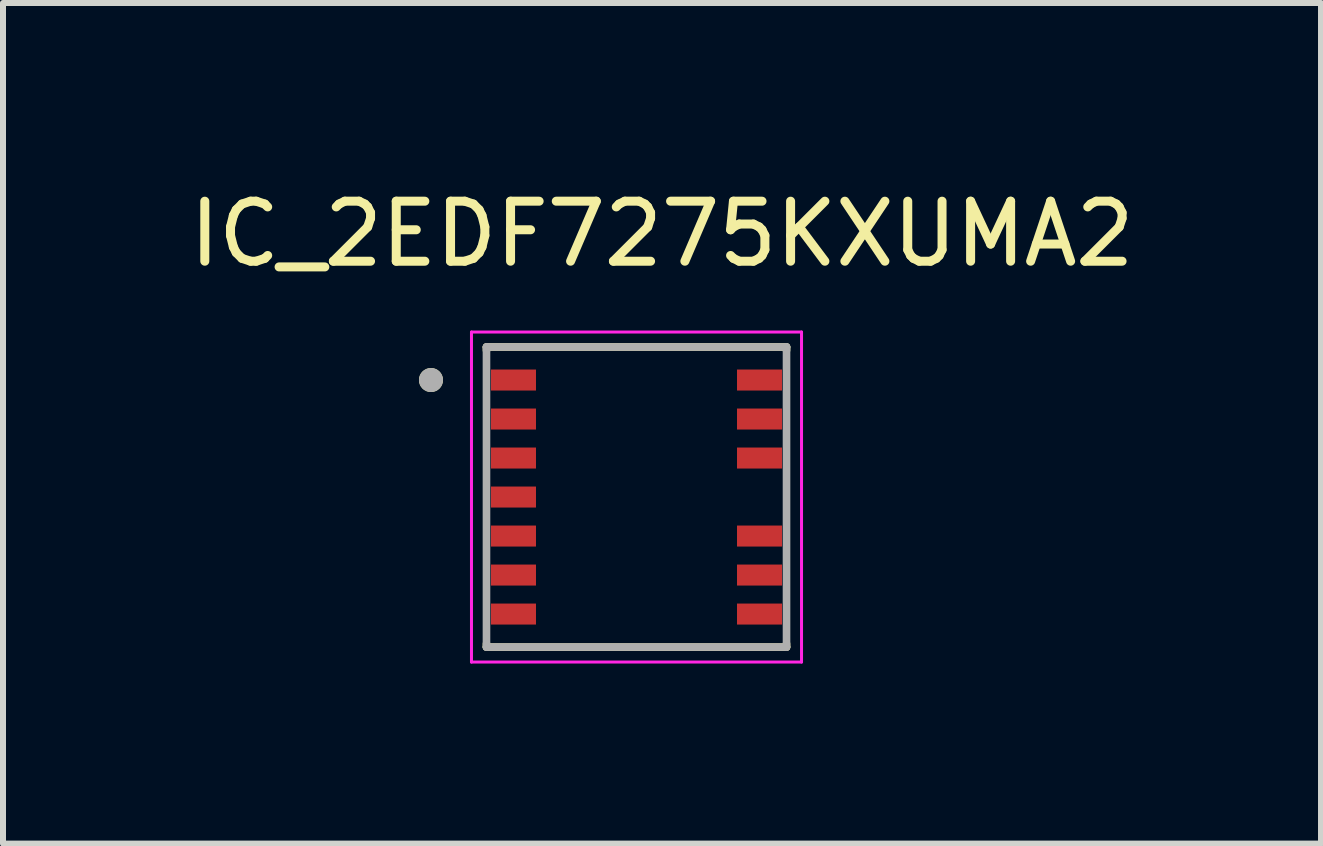
<source format=kicad_pcb>
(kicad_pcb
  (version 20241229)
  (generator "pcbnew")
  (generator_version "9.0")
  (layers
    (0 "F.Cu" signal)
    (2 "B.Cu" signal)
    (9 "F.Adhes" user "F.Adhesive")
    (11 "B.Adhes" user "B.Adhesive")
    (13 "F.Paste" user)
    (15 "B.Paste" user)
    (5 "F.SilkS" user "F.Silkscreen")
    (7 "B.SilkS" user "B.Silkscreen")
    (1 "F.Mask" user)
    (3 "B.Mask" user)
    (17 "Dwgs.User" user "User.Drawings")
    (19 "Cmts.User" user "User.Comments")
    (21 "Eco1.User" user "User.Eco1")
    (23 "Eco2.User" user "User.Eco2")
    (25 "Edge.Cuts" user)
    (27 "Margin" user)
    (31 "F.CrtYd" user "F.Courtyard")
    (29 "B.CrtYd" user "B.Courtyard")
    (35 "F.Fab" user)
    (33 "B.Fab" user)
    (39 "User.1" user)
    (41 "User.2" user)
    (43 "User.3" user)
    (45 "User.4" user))
  (footprint "IC_2EDF7275KXUMA2"
    (layer "F.Cu")
    (at 7.557 5.233)
    (property "Reference" "IC_2EDF7275KXUMA2" (at 0.425 -4.385 0) (layer "F.SilkS") (effects (font (size 1 1) (thickness 0.15))))
    (attr smd)
    (fp_line (start -2.5 -2.5) (end 2.5 -2.5) (stroke (width 0.127) (type solid)) (layer "F.SilkS"))
    (fp_line (start -2.5 -2.445) (end -2.5 -2.5) (stroke (width 0.127) (type solid)) (layer "F.SilkS"))
    (fp_line (start -2.5 2.5) (end -2.5 2.445) (stroke (width 0.127) (type solid)) (layer "F.SilkS"))
    (fp_line (start 2.5 -2.5) (end 2.5 -2.445) (stroke (width 0.127) (type solid)) (layer "F.SilkS"))
    (fp_line (start 2.5 2.5) (end -2.5 2.5) (stroke (width 0.127) (type solid)) (layer "F.SilkS"))
    (fp_line (start 2.5 2.5) (end 2.5 2.445) (stroke (width 0.127) (type solid)) (layer "F.SilkS"))
    (fp_circle (center -3.425 -1.95) (end -3.325 -1.95) (stroke (width 0.2) (type solid)) (fill no) (layer "F.SilkS"))
    (fp_poly (pts (xy -1.675 -2) (xy -1.675 -1.9) (xy -1.675 -1.893) (xy -1.676 -1.887) (xy -1.677 -1.88) (xy -1.678 -1.874) (xy -1.679 -1.868) (xy -1.681 -1.861) (xy -1.683 -1.855) (xy -1.686 -1.849) (xy -1.689 -1.843) (xy -1.692 -1.837) (xy -1.695 -1.832) (xy -1.699 -1.827) (xy -1.703 -1.821) (xy -1.707 -1.816) (xy -1.712 -1.812) (xy -1.716 -1.807) (xy -1.721 -1.803) (xy -1.727 -1.799) (xy -1.732 -1.795) (xy -1.738 -1.792) (xy -1.743 -1.789) (xy -1.749 -1.786) (xy -1.755 -1.783) (xy -1.761 -1.781) (xy -1.768 -1.779) (xy -1.774 -1.778) (xy -1.78 -1.777) (xy -1.787 -1.776) (xy -1.793 -1.775) (xy -1.8 -1.775) (xy -2.3 -1.775) (xy -2.307 -1.775) (xy -2.313 -1.776) (xy -2.32 -1.777) (xy -2.326 -1.778) (xy -2.332 -1.779) (xy -2.339 -1.781) (xy -2.345 -1.783) (xy -2.351 -1.786) (xy -2.357 -1.789) (xy -2.362 -1.792) (xy -2.368 -1.795) (xy -2.373 -1.799) (xy -2.379 -1.803) (xy -2.384 -1.807) (xy -2.388 -1.812) (xy -2.393 -1.816) (xy -2.397 -1.821) (xy -2.401 -1.827) (xy -2.405 -1.832) (xy -2.408 -1.837) (xy -2.411 -1.843) (xy -2.414 -1.849) (xy -2.417 -1.855) (xy -2.419 -1.861) (xy -2.421 -1.868) (xy -2.422 -1.874) (xy -2.423 -1.88) (xy -2.424 -1.887) (xy -2.425 -1.893) (xy -2.425 -1.9) (xy -2.425 -2) (xy -2.425 -2.007) (xy -2.424 -2.013) (xy -2.423 -2.02) (xy -2.422 -2.026) (xy -2.421 -2.032) (xy -2.419 -2.039) (xy -2.417 -2.045) (xy -2.414 -2.051) (xy -2.411 -2.057) (xy -2.408 -2.063) (xy -2.405 -2.068) (xy -2.401 -2.073) (xy -2.397 -2.079) (xy -2.393 -2.084) (xy -2.388 -2.088) (xy -2.384 -2.093) (xy -2.379 -2.097) (xy -2.373 -2.101) (xy -2.368 -2.105) (xy -2.362 -2.108) (xy -2.357 -2.111) (xy -2.351 -2.114) (xy -2.345 -2.117) (xy -2.339 -2.119) (xy -2.332 -2.121) (xy -2.326 -2.122) (xy -2.32 -2.123) (xy -2.313 -2.124) (xy -2.307 -2.125) (xy -2.3 -2.125) (xy -1.8 -2.125) (xy -1.793 -2.125) (xy -1.787 -2.124) (xy -1.78 -2.123) (xy -1.774 -2.122) (xy -1.768 -2.121) (xy -1.761 -2.119) (xy -1.755 -2.117) (xy -1.749 -2.114) (xy -1.743 -2.111) (xy -1.738 -2.108) (xy -1.732 -2.105) (xy -1.727 -2.101) (xy -1.721 -2.097) (xy -1.716 -2.093) (xy -1.712 -2.088) (xy -1.707 -2.084) (xy -1.703 -2.079) (xy -1.699 -2.073) (xy -1.695 -2.068) (xy -1.692 -2.063) (xy -1.689 -2.057) (xy -1.686 -2.051) (xy -1.683 -2.045) (xy -1.681 -2.039) (xy -1.679 -2.032) (xy -1.678 -2.026) (xy -1.677 -2.02) (xy -1.676 -2.013) (xy -1.675 -2.007) (xy -1.675 -2)) (stroke (width 0.01) (type solid)) (fill yes) (layer "F.Paste"))
    (fp_poly (pts (xy -1.675 -1.35) (xy -1.675 -1.25) (xy -1.675 -1.243) (xy -1.676 -1.237) (xy -1.677 -1.23) (xy -1.678 -1.224) (xy -1.679 -1.218) (xy -1.681 -1.211) (xy -1.683 -1.205) (xy -1.686 -1.199) (xy -1.689 -1.193) (xy -1.692 -1.188) (xy -1.695 -1.182) (xy -1.699 -1.177) (xy -1.703 -1.171) (xy -1.707 -1.166) (xy -1.712 -1.162) (xy -1.716 -1.157) (xy -1.721 -1.153) (xy -1.727 -1.149) (xy -1.732 -1.145) (xy -1.738 -1.142) (xy -1.743 -1.139) (xy -1.749 -1.136) (xy -1.755 -1.133) (xy -1.761 -1.131) (xy -1.768 -1.129) (xy -1.774 -1.128) (xy -1.78 -1.127) (xy -1.787 -1.126) (xy -1.793 -1.125) (xy -1.8 -1.125) (xy -2.3 -1.125) (xy -2.307 -1.125) (xy -2.313 -1.126) (xy -2.32 -1.127) (xy -2.326 -1.128) (xy -2.332 -1.129) (xy -2.339 -1.131) (xy -2.345 -1.133) (xy -2.351 -1.136) (xy -2.357 -1.139) (xy -2.362 -1.142) (xy -2.368 -1.145) (xy -2.373 -1.149) (xy -2.379 -1.153) (xy -2.384 -1.157) (xy -2.388 -1.162) (xy -2.393 -1.166) (xy -2.397 -1.171) (xy -2.401 -1.177) (xy -2.405 -1.182) (xy -2.408 -1.188) (xy -2.411 -1.193) (xy -2.414 -1.199) (xy -2.417 -1.205) (xy -2.419 -1.211) (xy -2.421 -1.218) (xy -2.422 -1.224) (xy -2.423 -1.23) (xy -2.424 -1.237) (xy -2.425 -1.243) (xy -2.425 -1.25) (xy -2.425 -1.35) (xy -2.425 -1.357) (xy -2.424 -1.363) (xy -2.423 -1.37) (xy -2.422 -1.376) (xy -2.421 -1.382) (xy -2.419 -1.389) (xy -2.417 -1.395) (xy -2.414 -1.401) (xy -2.411 -1.407) (xy -2.408 -1.413) (xy -2.405 -1.418) (xy -2.401 -1.423) (xy -2.397 -1.429) (xy -2.393 -1.434) (xy -2.388 -1.438) (xy -2.384 -1.443) (xy -2.379 -1.447) (xy -2.373 -1.451) (xy -2.368 -1.455) (xy -2.362 -1.458) (xy -2.357 -1.461) (xy -2.351 -1.464) (xy -2.345 -1.467) (xy -2.339 -1.469) (xy -2.332 -1.471) (xy -2.326 -1.472) (xy -2.32 -1.473) (xy -2.313 -1.474) (xy -2.307 -1.475) (xy -2.3 -1.475) (xy -1.8 -1.475) (xy -1.793 -1.475) (xy -1.787 -1.474) (xy -1.78 -1.473) (xy -1.774 -1.472) (xy -1.768 -1.471) (xy -1.761 -1.469) (xy -1.755 -1.467) (xy -1.749 -1.464) (xy -1.743 -1.461) (xy -1.738 -1.458) (xy -1.732 -1.455) (xy -1.727 -1.451) (xy -1.721 -1.447) (xy -1.716 -1.443) (xy -1.712 -1.438) (xy -1.707 -1.434) (xy -1.703 -1.429) (xy -1.699 -1.423) (xy -1.695 -1.418) (xy -1.692 -1.413) (xy -1.689 -1.407) (xy -1.686 -1.401) (xy -1.683 -1.395) (xy -1.681 -1.389) (xy -1.679 -1.382) (xy -1.678 -1.376) (xy -1.677 -1.37) (xy -1.676 -1.363) (xy -1.675 -1.357) (xy -1.675 -1.35)) (stroke (width 0.01) (type solid)) (fill yes) (layer "F.Paste"))
    (fp_poly (pts (xy -1.675 -0.7) (xy -1.675 -0.6) (xy -1.675 -0.593) (xy -1.676 -0.587) (xy -1.677 -0.58) (xy -1.678 -0.574) (xy -1.679 -0.568) (xy -1.681 -0.561) (xy -1.683 -0.555) (xy -1.686 -0.549) (xy -1.689 -0.543) (xy -1.692 -0.537) (xy -1.695 -0.532) (xy -1.699 -0.527) (xy -1.703 -0.521) (xy -1.707 -0.516) (xy -1.712 -0.512) (xy -1.716 -0.507) (xy -1.721 -0.503) (xy -1.727 -0.499) (xy -1.732 -0.495) (xy -1.738 -0.492) (xy -1.743 -0.489) (xy -1.749 -0.486) (xy -1.755 -0.483) (xy -1.761 -0.481) (xy -1.768 -0.479) (xy -1.774 -0.478) (xy -1.78 -0.477) (xy -1.787 -0.476) (xy -1.793 -0.475) (xy -1.8 -0.475) (xy -2.3 -0.475) (xy -2.307 -0.475) (xy -2.313 -0.476) (xy -2.32 -0.477) (xy -2.326 -0.478) (xy -2.332 -0.479) (xy -2.339 -0.481) (xy -2.345 -0.483) (xy -2.351 -0.486) (xy -2.357 -0.489) (xy -2.362 -0.492) (xy -2.368 -0.495) (xy -2.373 -0.499) (xy -2.379 -0.503) (xy -2.384 -0.507) (xy -2.388 -0.512) (xy -2.393 -0.516) (xy -2.397 -0.521) (xy -2.401 -0.527) (xy -2.405 -0.532) (xy -2.408 -0.537) (xy -2.411 -0.543) (xy -2.414 -0.549) (xy -2.417 -0.555) (xy -2.419 -0.561) (xy -2.421 -0.568) (xy -2.422 -0.574) (xy -2.423 -0.58) (xy -2.424 -0.587) (xy -2.425 -0.593) (xy -2.425 -0.6) (xy -2.425 -0.7) (xy -2.425 -0.707) (xy -2.424 -0.713) (xy -2.423 -0.72) (xy -2.422 -0.726) (xy -2.421 -0.732) (xy -2.419 -0.739) (xy -2.417 -0.745) (xy -2.414 -0.751) (xy -2.411 -0.757) (xy -2.408 -0.762) (xy -2.405 -0.768) (xy -2.401 -0.773) (xy -2.397 -0.779) (xy -2.393 -0.784) (xy -2.388 -0.788) (xy -2.384 -0.793) (xy -2.379 -0.797) (xy -2.373 -0.801) (xy -2.368 -0.805) (xy -2.362 -0.808) (xy -2.357 -0.811) (xy -2.351 -0.814) (xy -2.345 -0.817) (xy -2.339 -0.819) (xy -2.332 -0.821) (xy -2.326 -0.822) (xy -2.32 -0.823) (xy -2.313 -0.824) (xy -2.307 -0.825) (xy -2.3 -0.825) (xy -1.8 -0.825) (xy -1.793 -0.825) (xy -1.787 -0.824) (xy -1.78 -0.823) (xy -1.774 -0.822) (xy -1.768 -0.821) (xy -1.761 -0.819) (xy -1.755 -0.817) (xy -1.749 -0.814) (xy -1.743 -0.811) (xy -1.738 -0.808) (xy -1.732 -0.805) (xy -1.727 -0.801) (xy -1.721 -0.797) (xy -1.716 -0.793) (xy -1.712 -0.788) (xy -1.707 -0.784) (xy -1.703 -0.779) (xy -1.699 -0.773) (xy -1.695 -0.768) (xy -1.692 -0.762) (xy -1.689 -0.757) (xy -1.686 -0.751) (xy -1.683 -0.745) (xy -1.681 -0.739) (xy -1.679 -0.732) (xy -1.678 -0.726) (xy -1.677 -0.72) (xy -1.676 -0.713) (xy -1.675 -0.707) (xy -1.675 -0.7)) (stroke (width 0.01) (type solid)) (fill yes) (layer "F.Paste"))
    (fp_poly (pts (xy -1.675 -0.05) (xy -1.675 0.05) (xy -1.675 0.057) (xy -1.676 0.063) (xy -1.677 0.07) (xy -1.678 0.076) (xy -1.679 0.082) (xy -1.681 0.089) (xy -1.683 0.095) (xy -1.686 0.101) (xy -1.689 0.107) (xy -1.692 0.112) (xy -1.695 0.118) (xy -1.699 0.123) (xy -1.703 0.129) (xy -1.707 0.134) (xy -1.712 0.138) (xy -1.716 0.143) (xy -1.721 0.147) (xy -1.727 0.151) (xy -1.732 0.155) (xy -1.738 0.158) (xy -1.743 0.161) (xy -1.749 0.164) (xy -1.755 0.167) (xy -1.761 0.169) (xy -1.768 0.171) (xy -1.774 0.172) (xy -1.78 0.173) (xy -1.787 0.174) (xy -1.793 0.175) (xy -1.8 0.175) (xy -2.3 0.175) (xy -2.307 0.175) (xy -2.313 0.174) (xy -2.32 0.173) (xy -2.326 0.172) (xy -2.332 0.171) (xy -2.339 0.169) (xy -2.345 0.167) (xy -2.351 0.164) (xy -2.357 0.161) (xy -2.362 0.158) (xy -2.368 0.155) (xy -2.373 0.151) (xy -2.379 0.147) (xy -2.384 0.143) (xy -2.388 0.138) (xy -2.393 0.134) (xy -2.397 0.129) (xy -2.401 0.123) (xy -2.405 0.118) (xy -2.408 0.112) (xy -2.411 0.107) (xy -2.414 0.101) (xy -2.417 0.095) (xy -2.419 0.089) (xy -2.421 0.082) (xy -2.422 0.076) (xy -2.423 0.07) (xy -2.424 0.063) (xy -2.425 0.057) (xy -2.425 0.05) (xy -2.425 -0.05) (xy -2.425 -0.057) (xy -2.424 -0.063) (xy -2.423 -0.07) (xy -2.422 -0.076) (xy -2.421 -0.082) (xy -2.419 -0.089) (xy -2.417 -0.095) (xy -2.414 -0.101) (xy -2.411 -0.107) (xy -2.408 -0.112) (xy -2.405 -0.118) (xy -2.401 -0.123) (xy -2.397 -0.129) (xy -2.393 -0.134) (xy -2.388 -0.138) (xy -2.384 -0.143) (xy -2.379 -0.147) (xy -2.373 -0.151) (xy -2.368 -0.155) (xy -2.362 -0.158) (xy -2.357 -0.161) (xy -2.351 -0.164) (xy -2.345 -0.167) (xy -2.339 -0.169) (xy -2.332 -0.171) (xy -2.326 -0.172) (xy -2.32 -0.173) (xy -2.313 -0.174) (xy -2.307 -0.175) (xy -2.3 -0.175) (xy -1.8 -0.175) (xy -1.793 -0.175) (xy -1.787 -0.174) (xy -1.78 -0.173) (xy -1.774 -0.172) (xy -1.768 -0.171) (xy -1.761 -0.169) (xy -1.755 -0.167) (xy -1.749 -0.164) (xy -1.743 -0.161) (xy -1.738 -0.158) (xy -1.732 -0.155) (xy -1.727 -0.151) (xy -1.721 -0.147) (xy -1.716 -0.143) (xy -1.712 -0.138) (xy -1.707 -0.134) (xy -1.703 -0.129) (xy -1.699 -0.123) (xy -1.695 -0.118) (xy -1.692 -0.112) (xy -1.689 -0.107) (xy -1.686 -0.101) (xy -1.683 -0.095) (xy -1.681 -0.089) (xy -1.679 -0.082) (xy -1.678 -0.076) (xy -1.677 -0.07) (xy -1.676 -0.063) (xy -1.675 -0.057) (xy -1.675 -0.05)) (stroke (width 0.01) (type solid)) (fill yes) (layer "F.Paste"))
    (fp_poly (pts (xy -1.675 0.6) (xy -1.675 0.7) (xy -1.675 0.707) (xy -1.676 0.713) (xy -1.677 0.72) (xy -1.678 0.726) (xy -1.679 0.732) (xy -1.681 0.739) (xy -1.683 0.745) (xy -1.686 0.751) (xy -1.689 0.757) (xy -1.692 0.762) (xy -1.695 0.768) (xy -1.699 0.773) (xy -1.703 0.779) (xy -1.707 0.784) (xy -1.712 0.788) (xy -1.716 0.793) (xy -1.721 0.797) (xy -1.727 0.801) (xy -1.732 0.805) (xy -1.738 0.808) (xy -1.743 0.811) (xy -1.749 0.814) (xy -1.755 0.817) (xy -1.761 0.819) (xy -1.768 0.821) (xy -1.774 0.822) (xy -1.78 0.823) (xy -1.787 0.824) (xy -1.793 0.825) (xy -1.8 0.825) (xy -2.3 0.825) (xy -2.307 0.825) (xy -2.313 0.824) (xy -2.32 0.823) (xy -2.326 0.822) (xy -2.332 0.821) (xy -2.339 0.819) (xy -2.345 0.817) (xy -2.351 0.814) (xy -2.357 0.811) (xy -2.362 0.808) (xy -2.368 0.805) (xy -2.373 0.801) (xy -2.379 0.797) (xy -2.384 0.793) (xy -2.388 0.788) (xy -2.393 0.784) (xy -2.397 0.779) (xy -2.401 0.773) (xy -2.405 0.768) (xy -2.408 0.762) (xy -2.411 0.757) (xy -2.414 0.751) (xy -2.417 0.745) (xy -2.419 0.739) (xy -2.421 0.732) (xy -2.422 0.726) (xy -2.423 0.72) (xy -2.424 0.713) (xy -2.425 0.707) (xy -2.425 0.7) (xy -2.425 0.6) (xy -2.425 0.593) (xy -2.424 0.587) (xy -2.423 0.58) (xy -2.422 0.574) (xy -2.421 0.568) (xy -2.419 0.561) (xy -2.417 0.555) (xy -2.414 0.549) (xy -2.411 0.543) (xy -2.408 0.537) (xy -2.405 0.532) (xy -2.401 0.527) (xy -2.397 0.521) (xy -2.393 0.516) (xy -2.388 0.512) (xy -2.384 0.507) (xy -2.379 0.503) (xy -2.373 0.499) (xy -2.368 0.495) (xy -2.362 0.492) (xy -2.357 0.489) (xy -2.351 0.486) (xy -2.345 0.483) (xy -2.339 0.481) (xy -2.332 0.479) (xy -2.326 0.478) (xy -2.32 0.477) (xy -2.313 0.476) (xy -2.307 0.475) (xy -2.3 0.475) (xy -1.8 0.475) (xy -1.793 0.475) (xy -1.787 0.476) (xy -1.78 0.477) (xy -1.774 0.478) (xy -1.768 0.479) (xy -1.761 0.481) (xy -1.755 0.483) (xy -1.749 0.486) (xy -1.743 0.489) (xy -1.738 0.492) (xy -1.732 0.495) (xy -1.727 0.499) (xy -1.721 0.503) (xy -1.716 0.507) (xy -1.712 0.512) (xy -1.707 0.516) (xy -1.703 0.521) (xy -1.699 0.527) (xy -1.695 0.532) (xy -1.692 0.537) (xy -1.689 0.543) (xy -1.686 0.549) (xy -1.683 0.555) (xy -1.681 0.561) (xy -1.679 0.568) (xy -1.678 0.574) (xy -1.677 0.58) (xy -1.676 0.587) (xy -1.675 0.593) (xy -1.675 0.6)) (stroke (width 0.01) (type solid)) (fill yes) (layer "F.Paste"))
    (fp_poly (pts (xy -1.675 1.25) (xy -1.675 1.35) (xy -1.675 1.357) (xy -1.676 1.363) (xy -1.677 1.37) (xy -1.678 1.376) (xy -1.679 1.382) (xy -1.681 1.389) (xy -1.683 1.395) (xy -1.686 1.401) (xy -1.689 1.407) (xy -1.692 1.413) (xy -1.695 1.418) (xy -1.699 1.423) (xy -1.703 1.429) (xy -1.707 1.434) (xy -1.712 1.438) (xy -1.716 1.443) (xy -1.721 1.447) (xy -1.727 1.451) (xy -1.732 1.455) (xy -1.738 1.458) (xy -1.743 1.461) (xy -1.749 1.464) (xy -1.755 1.467) (xy -1.761 1.469) (xy -1.768 1.471) (xy -1.774 1.472) (xy -1.78 1.473) (xy -1.787 1.474) (xy -1.793 1.475) (xy -1.8 1.475) (xy -2.3 1.475) (xy -2.307 1.475) (xy -2.313 1.474) (xy -2.32 1.473) (xy -2.326 1.472) (xy -2.332 1.471) (xy -2.339 1.469) (xy -2.345 1.467) (xy -2.351 1.464) (xy -2.357 1.461) (xy -2.362 1.458) (xy -2.368 1.455) (xy -2.373 1.451) (xy -2.379 1.447) (xy -2.384 1.443) (xy -2.388 1.438) (xy -2.393 1.434) (xy -2.397 1.429) (xy -2.401 1.423) (xy -2.405 1.418) (xy -2.408 1.413) (xy -2.411 1.407) (xy -2.414 1.401) (xy -2.417 1.395) (xy -2.419 1.389) (xy -2.421 1.382) (xy -2.422 1.376) (xy -2.423 1.37) (xy -2.424 1.363) (xy -2.425 1.357) (xy -2.425 1.35) (xy -2.425 1.25) (xy -2.425 1.243) (xy -2.424 1.237) (xy -2.423 1.23) (xy -2.422 1.224) (xy -2.421 1.218) (xy -2.419 1.211) (xy -2.417 1.205) (xy -2.414 1.199) (xy -2.411 1.193) (xy -2.408 1.188) (xy -2.405 1.182) (xy -2.401 1.177) (xy -2.397 1.171) (xy -2.393 1.166) (xy -2.388 1.162) (xy -2.384 1.157) (xy -2.379 1.153) (xy -2.373 1.149) (xy -2.368 1.145) (xy -2.362 1.142) (xy -2.357 1.139) (xy -2.351 1.136) (xy -2.345 1.133) (xy -2.339 1.131) (xy -2.332 1.129) (xy -2.326 1.128) (xy -2.32 1.127) (xy -2.313 1.126) (xy -2.307 1.125) (xy -2.3 1.125) (xy -1.8 1.125) (xy -1.793 1.125) (xy -1.787 1.126) (xy -1.78 1.127) (xy -1.774 1.128) (xy -1.768 1.129) (xy -1.761 1.131) (xy -1.755 1.133) (xy -1.749 1.136) (xy -1.743 1.139) (xy -1.738 1.142) (xy -1.732 1.145) (xy -1.727 1.149) (xy -1.721 1.153) (xy -1.716 1.157) (xy -1.712 1.162) (xy -1.707 1.166) (xy -1.703 1.171) (xy -1.699 1.177) (xy -1.695 1.182) (xy -1.692 1.188) (xy -1.689 1.193) (xy -1.686 1.199) (xy -1.683 1.205) (xy -1.681 1.211) (xy -1.679 1.218) (xy -1.678 1.224) (xy -1.677 1.23) (xy -1.676 1.237) (xy -1.675 1.243) (xy -1.675 1.25)) (stroke (width 0.01) (type solid)) (fill yes) (layer "F.Paste"))
    (fp_poly (pts (xy -1.675 1.9) (xy -1.675 2) (xy -1.675 2.007) (xy -1.676 2.013) (xy -1.677 2.02) (xy -1.678 2.026) (xy -1.679 2.032) (xy -1.681 2.039) (xy -1.683 2.045) (xy -1.686 2.051) (xy -1.689 2.057) (xy -1.692 2.063) (xy -1.695 2.068) (xy -1.699 2.073) (xy -1.703 2.079) (xy -1.707 2.084) (xy -1.712 2.088) (xy -1.716 2.093) (xy -1.721 2.097) (xy -1.727 2.101) (xy -1.732 2.105) (xy -1.738 2.108) (xy -1.743 2.111) (xy -1.749 2.114) (xy -1.755 2.117) (xy -1.761 2.119) (xy -1.768 2.121) (xy -1.774 2.122) (xy -1.78 2.123) (xy -1.787 2.124) (xy -1.793 2.125) (xy -1.8 2.125) (xy -2.3 2.125) (xy -2.307 2.125) (xy -2.313 2.124) (xy -2.32 2.123) (xy -2.326 2.122) (xy -2.332 2.121) (xy -2.339 2.119) (xy -2.345 2.117) (xy -2.351 2.114) (xy -2.357 2.111) (xy -2.362 2.108) (xy -2.368 2.105) (xy -2.373 2.101) (xy -2.379 2.097) (xy -2.384 2.093) (xy -2.388 2.088) (xy -2.393 2.084) (xy -2.397 2.079) (xy -2.401 2.073) (xy -2.405 2.068) (xy -2.408 2.063) (xy -2.411 2.057) (xy -2.414 2.051) (xy -2.417 2.045) (xy -2.419 2.039) (xy -2.421 2.032) (xy -2.422 2.026) (xy -2.423 2.02) (xy -2.424 2.013) (xy -2.425 2.007) (xy -2.425 2) (xy -2.425 1.9) (xy -2.425 1.893) (xy -2.424 1.887) (xy -2.423 1.88) (xy -2.422 1.874) (xy -2.421 1.868) (xy -2.419 1.861) (xy -2.417 1.855) (xy -2.414 1.849) (xy -2.411 1.843) (xy -2.408 1.837) (xy -2.405 1.832) (xy -2.401 1.827) (xy -2.397 1.821) (xy -2.393 1.816) (xy -2.388 1.812) (xy -2.384 1.807) (xy -2.379 1.803) (xy -2.373 1.799) (xy -2.368 1.795) (xy -2.362 1.792) (xy -2.357 1.789) (xy -2.351 1.786) (xy -2.345 1.783) (xy -2.339 1.781) (xy -2.332 1.779) (xy -2.326 1.778) (xy -2.32 1.777) (xy -2.313 1.776) (xy -2.307 1.775) (xy -2.3 1.775) (xy -1.8 1.775) (xy -1.793 1.775) (xy -1.787 1.776) (xy -1.78 1.777) (xy -1.774 1.778) (xy -1.768 1.779) (xy -1.761 1.781) (xy -1.755 1.783) (xy -1.749 1.786) (xy -1.743 1.789) (xy -1.738 1.792) (xy -1.732 1.795) (xy -1.727 1.799) (xy -1.721 1.803) (xy -1.716 1.807) (xy -1.712 1.812) (xy -1.707 1.816) (xy -1.703 1.821) (xy -1.699 1.827) (xy -1.695 1.832) (xy -1.692 1.837) (xy -1.689 1.843) (xy -1.686 1.849) (xy -1.683 1.855) (xy -1.681 1.861) (xy -1.679 1.868) (xy -1.678 1.874) (xy -1.677 1.88) (xy -1.676 1.887) (xy -1.675 1.893) (xy -1.675 1.9)) (stroke (width 0.01) (type solid)) (fill yes) (layer "F.Paste"))
    (fp_poly (pts (xy 2.425 -2) (xy 2.425 -1.9) (xy 2.425 -1.893) (xy 2.424 -1.887) (xy 2.423 -1.88) (xy 2.422 -1.874) (xy 2.421 -1.868) (xy 2.419 -1.861) (xy 2.417 -1.855) (xy 2.414 -1.849) (xy 2.411 -1.843) (xy 2.408 -1.837) (xy 2.405 -1.832) (xy 2.401 -1.827) (xy 2.397 -1.821) (xy 2.393 -1.816) (xy 2.388 -1.812) (xy 2.384 -1.807) (xy 2.379 -1.803) (xy 2.373 -1.799) (xy 2.368 -1.795) (xy 2.362 -1.792) (xy 2.357 -1.789) (xy 2.351 -1.786) (xy 2.345 -1.783) (xy 2.339 -1.781) (xy 2.332 -1.779) (xy 2.326 -1.778) (xy 2.32 -1.777) (xy 2.313 -1.776) (xy 2.307 -1.775) (xy 2.3 -1.775) (xy 1.8 -1.775) (xy 1.793 -1.775) (xy 1.787 -1.776) (xy 1.78 -1.777) (xy 1.774 -1.778) (xy 1.768 -1.779) (xy 1.761 -1.781) (xy 1.755 -1.783) (xy 1.749 -1.786) (xy 1.743 -1.789) (xy 1.738 -1.792) (xy 1.732 -1.795) (xy 1.727 -1.799) (xy 1.721 -1.803) (xy 1.716 -1.807) (xy 1.712 -1.812) (xy 1.707 -1.816) (xy 1.703 -1.821) (xy 1.699 -1.827) (xy 1.695 -1.832) (xy 1.692 -1.837) (xy 1.689 -1.843) (xy 1.686 -1.849) (xy 1.683 -1.855) (xy 1.681 -1.861) (xy 1.679 -1.868) (xy 1.678 -1.874) (xy 1.677 -1.88) (xy 1.676 -1.887) (xy 1.675 -1.893) (xy 1.675 -1.9) (xy 1.675 -2) (xy 1.675 -2.007) (xy 1.676 -2.013) (xy 1.677 -2.02) (xy 1.678 -2.026) (xy 1.679 -2.032) (xy 1.681 -2.039) (xy 1.683 -2.045) (xy 1.686 -2.051) (xy 1.689 -2.057) (xy 1.692 -2.063) (xy 1.695 -2.068) (xy 1.699 -2.073) (xy 1.703 -2.079) (xy 1.707 -2.084) (xy 1.712 -2.088) (xy 1.716 -2.093) (xy 1.721 -2.097) (xy 1.727 -2.101) (xy 1.732 -2.105) (xy 1.738 -2.108) (xy 1.743 -2.111) (xy 1.749 -2.114) (xy 1.755 -2.117) (xy 1.761 -2.119) (xy 1.768 -2.121) (xy 1.774 -2.122) (xy 1.78 -2.123) (xy 1.787 -2.124) (xy 1.793 -2.125) (xy 1.8 -2.125) (xy 2.3 -2.125) (xy 2.307 -2.125) (xy 2.313 -2.124) (xy 2.32 -2.123) (xy 2.326 -2.122) (xy 2.332 -2.121) (xy 2.339 -2.119) (xy 2.345 -2.117) (xy 2.351 -2.114) (xy 2.357 -2.111) (xy 2.362 -2.108) (xy 2.368 -2.105) (xy 2.373 -2.101) (xy 2.379 -2.097) (xy 2.384 -2.093) (xy 2.388 -2.088) (xy 2.393 -2.084) (xy 2.397 -2.079) (xy 2.401 -2.073) (xy 2.405 -2.068) (xy 2.408 -2.063) (xy 2.411 -2.057) (xy 2.414 -2.051) (xy 2.417 -2.045) (xy 2.419 -2.039) (xy 2.421 -2.032) (xy 2.422 -2.026) (xy 2.423 -2.02) (xy 2.424 -2.013) (xy 2.425 -2.007) (xy 2.425 -2)) (stroke (width 0.01) (type solid)) (fill yes) (layer "F.Paste"))
    (fp_poly (pts (xy 2.425 -1.35) (xy 2.425 -1.25) (xy 2.425 -1.243) (xy 2.424 -1.237) (xy 2.423 -1.23) (xy 2.422 -1.224) (xy 2.421 -1.218) (xy 2.419 -1.211) (xy 2.417 -1.205) (xy 2.414 -1.199) (xy 2.411 -1.193) (xy 2.408 -1.188) (xy 2.405 -1.182) (xy 2.401 -1.177) (xy 2.397 -1.171) (xy 2.393 -1.166) (xy 2.388 -1.162) (xy 2.384 -1.157) (xy 2.379 -1.153) (xy 2.373 -1.149) (xy 2.368 -1.145) (xy 2.362 -1.142) (xy 2.357 -1.139) (xy 2.351 -1.136) (xy 2.345 -1.133) (xy 2.339 -1.131) (xy 2.332 -1.129) (xy 2.326 -1.128) (xy 2.32 -1.127) (xy 2.313 -1.126) (xy 2.307 -1.125) (xy 2.3 -1.125) (xy 1.8 -1.125) (xy 1.793 -1.125) (xy 1.787 -1.126) (xy 1.78 -1.127) (xy 1.774 -1.128) (xy 1.768 -1.129) (xy 1.761 -1.131) (xy 1.755 -1.133) (xy 1.749 -1.136) (xy 1.743 -1.139) (xy 1.738 -1.142) (xy 1.732 -1.145) (xy 1.727 -1.149) (xy 1.721 -1.153) (xy 1.716 -1.157) (xy 1.712 -1.162) (xy 1.707 -1.166) (xy 1.703 -1.171) (xy 1.699 -1.177) (xy 1.695 -1.182) (xy 1.692 -1.188) (xy 1.689 -1.193) (xy 1.686 -1.199) (xy 1.683 -1.205) (xy 1.681 -1.211) (xy 1.679 -1.218) (xy 1.678 -1.224) (xy 1.677 -1.23) (xy 1.676 -1.237) (xy 1.675 -1.243) (xy 1.675 -1.25) (xy 1.675 -1.35) (xy 1.675 -1.357) (xy 1.676 -1.363) (xy 1.677 -1.37) (xy 1.678 -1.376) (xy 1.679 -1.382) (xy 1.681 -1.389) (xy 1.683 -1.395) (xy 1.686 -1.401) (xy 1.689 -1.407) (xy 1.692 -1.413) (xy 1.695 -1.418) (xy 1.699 -1.423) (xy 1.703 -1.429) (xy 1.707 -1.434) (xy 1.712 -1.438) (xy 1.716 -1.443) (xy 1.721 -1.447) (xy 1.727 -1.451) (xy 1.732 -1.455) (xy 1.738 -1.458) (xy 1.743 -1.461) (xy 1.749 -1.464) (xy 1.755 -1.467) (xy 1.761 -1.469) (xy 1.768 -1.471) (xy 1.774 -1.472) (xy 1.78 -1.473) (xy 1.787 -1.474) (xy 1.793 -1.475) (xy 1.8 -1.475) (xy 2.3 -1.475) (xy 2.307 -1.475) (xy 2.313 -1.474) (xy 2.32 -1.473) (xy 2.326 -1.472) (xy 2.332 -1.471) (xy 2.339 -1.469) (xy 2.345 -1.467) (xy 2.351 -1.464) (xy 2.357 -1.461) (xy 2.362 -1.458) (xy 2.368 -1.455) (xy 2.373 -1.451) (xy 2.379 -1.447) (xy 2.384 -1.443) (xy 2.388 -1.438) (xy 2.393 -1.434) (xy 2.397 -1.429) (xy 2.401 -1.423) (xy 2.405 -1.418) (xy 2.408 -1.413) (xy 2.411 -1.407) (xy 2.414 -1.401) (xy 2.417 -1.395) (xy 2.419 -1.389) (xy 2.421 -1.382) (xy 2.422 -1.376) (xy 2.423 -1.37) (xy 2.424 -1.363) (xy 2.425 -1.357) (xy 2.425 -1.35)) (stroke (width 0.01) (type solid)) (fill yes) (layer "F.Paste"))
    (fp_poly (pts (xy 2.425 -0.7) (xy 2.425 -0.6) (xy 2.425 -0.593) (xy 2.424 -0.587) (xy 2.423 -0.58) (xy 2.422 -0.574) (xy 2.421 -0.568) (xy 2.419 -0.561) (xy 2.417 -0.555) (xy 2.414 -0.549) (xy 2.411 -0.543) (xy 2.408 -0.537) (xy 2.405 -0.532) (xy 2.401 -0.527) (xy 2.397 -0.521) (xy 2.393 -0.516) (xy 2.388 -0.512) (xy 2.384 -0.507) (xy 2.379 -0.503) (xy 2.373 -0.499) (xy 2.368 -0.495) (xy 2.362 -0.492) (xy 2.357 -0.489) (xy 2.351 -0.486) (xy 2.345 -0.483) (xy 2.339 -0.481) (xy 2.332 -0.479) (xy 2.326 -0.478) (xy 2.32 -0.477) (xy 2.313 -0.476) (xy 2.307 -0.475) (xy 2.3 -0.475) (xy 1.8 -0.475) (xy 1.793 -0.475) (xy 1.787 -0.476) (xy 1.78 -0.477) (xy 1.774 -0.478) (xy 1.768 -0.479) (xy 1.761 -0.481) (xy 1.755 -0.483) (xy 1.749 -0.486) (xy 1.743 -0.489) (xy 1.738 -0.492) (xy 1.732 -0.495) (xy 1.727 -0.499) (xy 1.721 -0.503) (xy 1.716 -0.507) (xy 1.712 -0.512) (xy 1.707 -0.516) (xy 1.703 -0.521) (xy 1.699 -0.527) (xy 1.695 -0.532) (xy 1.692 -0.537) (xy 1.689 -0.543) (xy 1.686 -0.549) (xy 1.683 -0.555) (xy 1.681 -0.561) (xy 1.679 -0.568) (xy 1.678 -0.574) (xy 1.677 -0.58) (xy 1.676 -0.587) (xy 1.675 -0.593) (xy 1.675 -0.6) (xy 1.675 -0.7) (xy 1.675 -0.707) (xy 1.676 -0.713) (xy 1.677 -0.72) (xy 1.678 -0.726) (xy 1.679 -0.732) (xy 1.681 -0.739) (xy 1.683 -0.745) (xy 1.686 -0.751) (xy 1.689 -0.757) (xy 1.692 -0.762) (xy 1.695 -0.768) (xy 1.699 -0.773) (xy 1.703 -0.779) (xy 1.707 -0.784) (xy 1.712 -0.788) (xy 1.716 -0.793) (xy 1.721 -0.797) (xy 1.727 -0.801) (xy 1.732 -0.805) (xy 1.738 -0.808) (xy 1.743 -0.811) (xy 1.749 -0.814) (xy 1.755 -0.817) (xy 1.761 -0.819) (xy 1.768 -0.821) (xy 1.774 -0.822) (xy 1.78 -0.823) (xy 1.787 -0.824) (xy 1.793 -0.825) (xy 1.8 -0.825) (xy 2.3 -0.825) (xy 2.307 -0.825) (xy 2.313 -0.824) (xy 2.32 -0.823) (xy 2.326 -0.822) (xy 2.332 -0.821) (xy 2.339 -0.819) (xy 2.345 -0.817) (xy 2.351 -0.814) (xy 2.357 -0.811) (xy 2.362 -0.808) (xy 2.368 -0.805) (xy 2.373 -0.801) (xy 2.379 -0.797) (xy 2.384 -0.793) (xy 2.388 -0.788) (xy 2.393 -0.784) (xy 2.397 -0.779) (xy 2.401 -0.773) (xy 2.405 -0.768) (xy 2.408 -0.762) (xy 2.411 -0.757) (xy 2.414 -0.751) (xy 2.417 -0.745) (xy 2.419 -0.739) (xy 2.421 -0.732) (xy 2.422 -0.726) (xy 2.423 -0.72) (xy 2.424 -0.713) (xy 2.425 -0.707) (xy 2.425 -0.7)) (stroke (width 0.01) (type solid)) (fill yes) (layer "F.Paste"))
    (fp_poly (pts (xy 2.425 0.6) (xy 2.425 0.7) (xy 2.425 0.707) (xy 2.424 0.713) (xy 2.423 0.72) (xy 2.422 0.726) (xy 2.421 0.732) (xy 2.419 0.739) (xy 2.417 0.745) (xy 2.414 0.751) (xy 2.411 0.757) (xy 2.408 0.762) (xy 2.405 0.768) (xy 2.401 0.773) (xy 2.397 0.779) (xy 2.393 0.784) (xy 2.388 0.788) (xy 2.384 0.793) (xy 2.379 0.797) (xy 2.373 0.801) (xy 2.368 0.805) (xy 2.362 0.808) (xy 2.357 0.811) (xy 2.351 0.814) (xy 2.345 0.817) (xy 2.339 0.819) (xy 2.332 0.821) (xy 2.326 0.822) (xy 2.32 0.823) (xy 2.313 0.824) (xy 2.307 0.825) (xy 2.3 0.825) (xy 1.8 0.825) (xy 1.793 0.825) (xy 1.787 0.824) (xy 1.78 0.823) (xy 1.774 0.822) (xy 1.768 0.821) (xy 1.761 0.819) (xy 1.755 0.817) (xy 1.749 0.814) (xy 1.743 0.811) (xy 1.738 0.808) (xy 1.732 0.805) (xy 1.727 0.801) (xy 1.721 0.797) (xy 1.716 0.793) (xy 1.712 0.788) (xy 1.707 0.784) (xy 1.703 0.779) (xy 1.699 0.773) (xy 1.695 0.768) (xy 1.692 0.762) (xy 1.689 0.757) (xy 1.686 0.751) (xy 1.683 0.745) (xy 1.681 0.739) (xy 1.679 0.732) (xy 1.678 0.726) (xy 1.677 0.72) (xy 1.676 0.713) (xy 1.675 0.707) (xy 1.675 0.7) (xy 1.675 0.6) (xy 1.675 0.593) (xy 1.676 0.587) (xy 1.677 0.58) (xy 1.678 0.574) (xy 1.679 0.568) (xy 1.681 0.561) (xy 1.683 0.555) (xy 1.686 0.549) (xy 1.689 0.543) (xy 1.692 0.537) (xy 1.695 0.532) (xy 1.699 0.527) (xy 1.703 0.521) (xy 1.707 0.516) (xy 1.712 0.512) (xy 1.716 0.507) (xy 1.721 0.503) (xy 1.727 0.499) (xy 1.732 0.495) (xy 1.738 0.492) (xy 1.743 0.489) (xy 1.749 0.486) (xy 1.755 0.483) (xy 1.761 0.481) (xy 1.768 0.479) (xy 1.774 0.478) (xy 1.78 0.477) (xy 1.787 0.476) (xy 1.793 0.475) (xy 1.8 0.475) (xy 2.3 0.475) (xy 2.307 0.475) (xy 2.313 0.476) (xy 2.32 0.477) (xy 2.326 0.478) (xy 2.332 0.479) (xy 2.339 0.481) (xy 2.345 0.483) (xy 2.351 0.486) (xy 2.357 0.489) (xy 2.362 0.492) (xy 2.368 0.495) (xy 2.373 0.499) (xy 2.379 0.503) (xy 2.384 0.507) (xy 2.388 0.512) (xy 2.393 0.516) (xy 2.397 0.521) (xy 2.401 0.527) (xy 2.405 0.532) (xy 2.408 0.537) (xy 2.411 0.543) (xy 2.414 0.549) (xy 2.417 0.555) (xy 2.419 0.561) (xy 2.421 0.568) (xy 2.422 0.574) (xy 2.423 0.58) (xy 2.424 0.587) (xy 2.425 0.593) (xy 2.425 0.6)) (stroke (width 0.01) (type solid)) (fill yes) (layer "F.Paste"))
    (fp_poly (pts (xy 2.425 1.25) (xy 2.425 1.35) (xy 2.425 1.357) (xy 2.424 1.363) (xy 2.423 1.37) (xy 2.422 1.376) (xy 2.421 1.382) (xy 2.419 1.389) (xy 2.417 1.395) (xy 2.414 1.401) (xy 2.411 1.407) (xy 2.408 1.413) (xy 2.405 1.418) (xy 2.401 1.423) (xy 2.397 1.429) (xy 2.393 1.434) (xy 2.388 1.438) (xy 2.384 1.443) (xy 2.379 1.447) (xy 2.373 1.451) (xy 2.368 1.455) (xy 2.362 1.458) (xy 2.357 1.461) (xy 2.351 1.464) (xy 2.345 1.467) (xy 2.339 1.469) (xy 2.332 1.471) (xy 2.326 1.472) (xy 2.32 1.473) (xy 2.313 1.474) (xy 2.307 1.475) (xy 2.3 1.475) (xy 1.8 1.475) (xy 1.793 1.475) (xy 1.787 1.474) (xy 1.78 1.473) (xy 1.774 1.472) (xy 1.768 1.471) (xy 1.761 1.469) (xy 1.755 1.467) (xy 1.749 1.464) (xy 1.743 1.461) (xy 1.738 1.458) (xy 1.732 1.455) (xy 1.727 1.451) (xy 1.721 1.447) (xy 1.716 1.443) (xy 1.712 1.438) (xy 1.707 1.434) (xy 1.703 1.429) (xy 1.699 1.423) (xy 1.695 1.418) (xy 1.692 1.413) (xy 1.689 1.407) (xy 1.686 1.401) (xy 1.683 1.395) (xy 1.681 1.389) (xy 1.679 1.382) (xy 1.678 1.376) (xy 1.677 1.37) (xy 1.676 1.363) (xy 1.675 1.357) (xy 1.675 1.35) (xy 1.675 1.25) (xy 1.675 1.243) (xy 1.676 1.237) (xy 1.677 1.23) (xy 1.678 1.224) (xy 1.679 1.218) (xy 1.681 1.211) (xy 1.683 1.205) (xy 1.686 1.199) (xy 1.689 1.193) (xy 1.692 1.188) (xy 1.695 1.182) (xy 1.699 1.177) (xy 1.703 1.171) (xy 1.707 1.166) (xy 1.712 1.162) (xy 1.716 1.157) (xy 1.721 1.153) (xy 1.727 1.149) (xy 1.732 1.145) (xy 1.738 1.142) (xy 1.743 1.139) (xy 1.749 1.136) (xy 1.755 1.133) (xy 1.761 1.131) (xy 1.768 1.129) (xy 1.774 1.128) (xy 1.78 1.127) (xy 1.787 1.126) (xy 1.793 1.125) (xy 1.8 1.125) (xy 2.3 1.125) (xy 2.307 1.125) (xy 2.313 1.126) (xy 2.32 1.127) (xy 2.326 1.128) (xy 2.332 1.129) (xy 2.339 1.131) (xy 2.345 1.133) (xy 2.351 1.136) (xy 2.357 1.139) (xy 2.362 1.142) (xy 2.368 1.145) (xy 2.373 1.149) (xy 2.379 1.153) (xy 2.384 1.157) (xy 2.388 1.162) (xy 2.393 1.166) (xy 2.397 1.171) (xy 2.401 1.177) (xy 2.405 1.182) (xy 2.408 1.188) (xy 2.411 1.193) (xy 2.414 1.199) (xy 2.417 1.205) (xy 2.419 1.211) (xy 2.421 1.218) (xy 2.422 1.224) (xy 2.423 1.23) (xy 2.424 1.237) (xy 2.425 1.243) (xy 2.425 1.25)) (stroke (width 0.01) (type solid)) (fill yes) (layer "F.Paste"))
    (fp_poly (pts (xy 2.425 1.9) (xy 2.425 2) (xy 2.425 2.007) (xy 2.424 2.013) (xy 2.423 2.02) (xy 2.422 2.026) (xy 2.421 2.032) (xy 2.419 2.039) (xy 2.417 2.045) (xy 2.414 2.051) (xy 2.411 2.057) (xy 2.408 2.063) (xy 2.405 2.068) (xy 2.401 2.073) (xy 2.397 2.079) (xy 2.393 2.084) (xy 2.388 2.088) (xy 2.384 2.093) (xy 2.379 2.097) (xy 2.373 2.101) (xy 2.368 2.105) (xy 2.362 2.108) (xy 2.357 2.111) (xy 2.351 2.114) (xy 2.345 2.117) (xy 2.339 2.119) (xy 2.332 2.121) (xy 2.326 2.122) (xy 2.32 2.123) (xy 2.313 2.124) (xy 2.307 2.125) (xy 2.3 2.125) (xy 1.8 2.125) (xy 1.793 2.125) (xy 1.787 2.124) (xy 1.78 2.123) (xy 1.774 2.122) (xy 1.768 2.121) (xy 1.761 2.119) (xy 1.755 2.117) (xy 1.749 2.114) (xy 1.743 2.111) (xy 1.738 2.108) (xy 1.732 2.105) (xy 1.727 2.101) (xy 1.721 2.097) (xy 1.716 2.093) (xy 1.712 2.088) (xy 1.707 2.084) (xy 1.703 2.079) (xy 1.699 2.073) (xy 1.695 2.068) (xy 1.692 2.063) (xy 1.689 2.057) (xy 1.686 2.051) (xy 1.683 2.045) (xy 1.681 2.039) (xy 1.679 2.032) (xy 1.678 2.026) (xy 1.677 2.02) (xy 1.676 2.013) (xy 1.675 2.007) (xy 1.675 2) (xy 1.675 1.9) (xy 1.675 1.893) (xy 1.676 1.887) (xy 1.677 1.88) (xy 1.678 1.874) (xy 1.679 1.868) (xy 1.681 1.861) (xy 1.683 1.855) (xy 1.686 1.849) (xy 1.689 1.843) (xy 1.692 1.837) (xy 1.695 1.832) (xy 1.699 1.827) (xy 1.703 1.821) (xy 1.707 1.816) (xy 1.712 1.812) (xy 1.716 1.807) (xy 1.721 1.803) (xy 1.727 1.799) (xy 1.732 1.795) (xy 1.738 1.792) (xy 1.743 1.789) (xy 1.749 1.786) (xy 1.755 1.783) (xy 1.761 1.781) (xy 1.768 1.779) (xy 1.774 1.778) (xy 1.78 1.777) (xy 1.787 1.776) (xy 1.793 1.775) (xy 1.8 1.775) (xy 2.3 1.775) (xy 2.307 1.775) (xy 2.313 1.776) (xy 2.32 1.777) (xy 2.326 1.778) (xy 2.332 1.779) (xy 2.339 1.781) (xy 2.345 1.783) (xy 2.351 1.786) (xy 2.357 1.789) (xy 2.362 1.792) (xy 2.368 1.795) (xy 2.373 1.799) (xy 2.379 1.803) (xy 2.384 1.807) (xy 2.388 1.812) (xy 2.393 1.816) (xy 2.397 1.821) (xy 2.401 1.827) (xy 2.405 1.832) (xy 2.408 1.837) (xy 2.411 1.843) (xy 2.414 1.849) (xy 2.417 1.855) (xy 2.419 1.861) (xy 2.421 1.868) (xy 2.422 1.874) (xy 2.423 1.88) (xy 2.424 1.887) (xy 2.425 1.893) (xy 2.425 1.9)) (stroke (width 0.01) (type solid)) (fill yes) (layer "F.Paste"))
    (fp_line (start -2.75 -2.75) (end -2.75 2.75) (stroke (width 0.05) (type solid)) (layer "F.CrtYd"))
    (fp_line (start -2.75 2.75) (end 2.75 2.75) (stroke (width 0.05) (type solid)) (layer "F.CrtYd"))
    (fp_line (start 2.75 -2.75) (end -2.75 -2.75) (stroke (width 0.05) (type solid)) (layer "F.CrtYd"))
    (fp_line (start 2.75 2.75) (end 2.75 -2.75) (stroke (width 0.05) (type solid)) (layer "F.CrtYd"))
    (fp_line (start -2.5 -2.5) (end 2.5 -2.5) (stroke (width 0.127) (type solid)) (layer "F.Fab"))
    (fp_line (start -2.5 2.5) (end -2.5 -2.5) (stroke (width 0.127) (type solid)) (layer "F.Fab"))
    (fp_line (start 2.5 -2.5) (end 2.5 2.5) (stroke (width 0.127) (type solid)) (layer "F.Fab"))
    (fp_line (start 2.5 2.5) (end -2.5 2.5) (stroke (width 0.127) (type solid)) (layer "F.Fab"))
    (fp_circle (center -3.425 -1.95) (end -3.325 -1.95) (stroke (width 0.2) (type solid)) (fill no) (layer "F.Fab"))
    (pad "1" smd rect (at -2.05 -1.95) (size 0.75 0.35) (layers "F.Cu" "F.Mask"))
    (pad "2" smd rect (at -2.05 -1.3) (size 0.75 0.35) (layers "F.Cu" "F.Mask"))
    (pad "3" smd rect (at -2.05 -0.65) (size 0.75 0.35) (layers "F.Cu" "F.Mask"))
    (pad "4" smd rect (at -2.05 0) (size 0.75 0.35) (layers "F.Cu" "F.Mask"))
    (pad "5" smd rect (at -2.05 0.65) (size 0.75 0.35) (layers "F.Cu" "F.Mask"))
    (pad "6" smd rect (at -2.05 1.3) (size 0.75 0.35) (layers "F.Cu" "F.Mask"))
    (pad "7" smd rect (at -2.05 1.95) (size 0.75 0.35) (layers "F.Cu" "F.Mask"))
    (pad "8" smd rect (at 2.05 1.95) (size 0.75 0.35) (layers "F.Cu" "F.Mask"))
    (pad "9" smd rect (at 2.05 1.3) (size 0.75 0.35) (layers "F.Cu" "F.Mask"))
    (pad "10" smd rect (at 2.05 0.65) (size 0.75 0.35) (layers "F.Cu" "F.Mask"))
    (pad "11" smd rect (at 2.05 -0.65) (size 0.75 0.35) (layers "F.Cu" "F.Mask"))
    (pad "12" smd rect (at 2.05 -1.3) (size 0.75 0.35) (layers "F.Cu" "F.Mask"))
    (pad "13" smd rect (at 2.05 -1.95) (size 0.75 0.35) (layers "F.Cu" "F.Mask")))
  (gr_rect
    (start -3 -3)
    (end 18.964 11.008)
    (stroke (width 0.1) (type default))
    (fill no)
    (layer "Edge.Cuts")))
</source>
